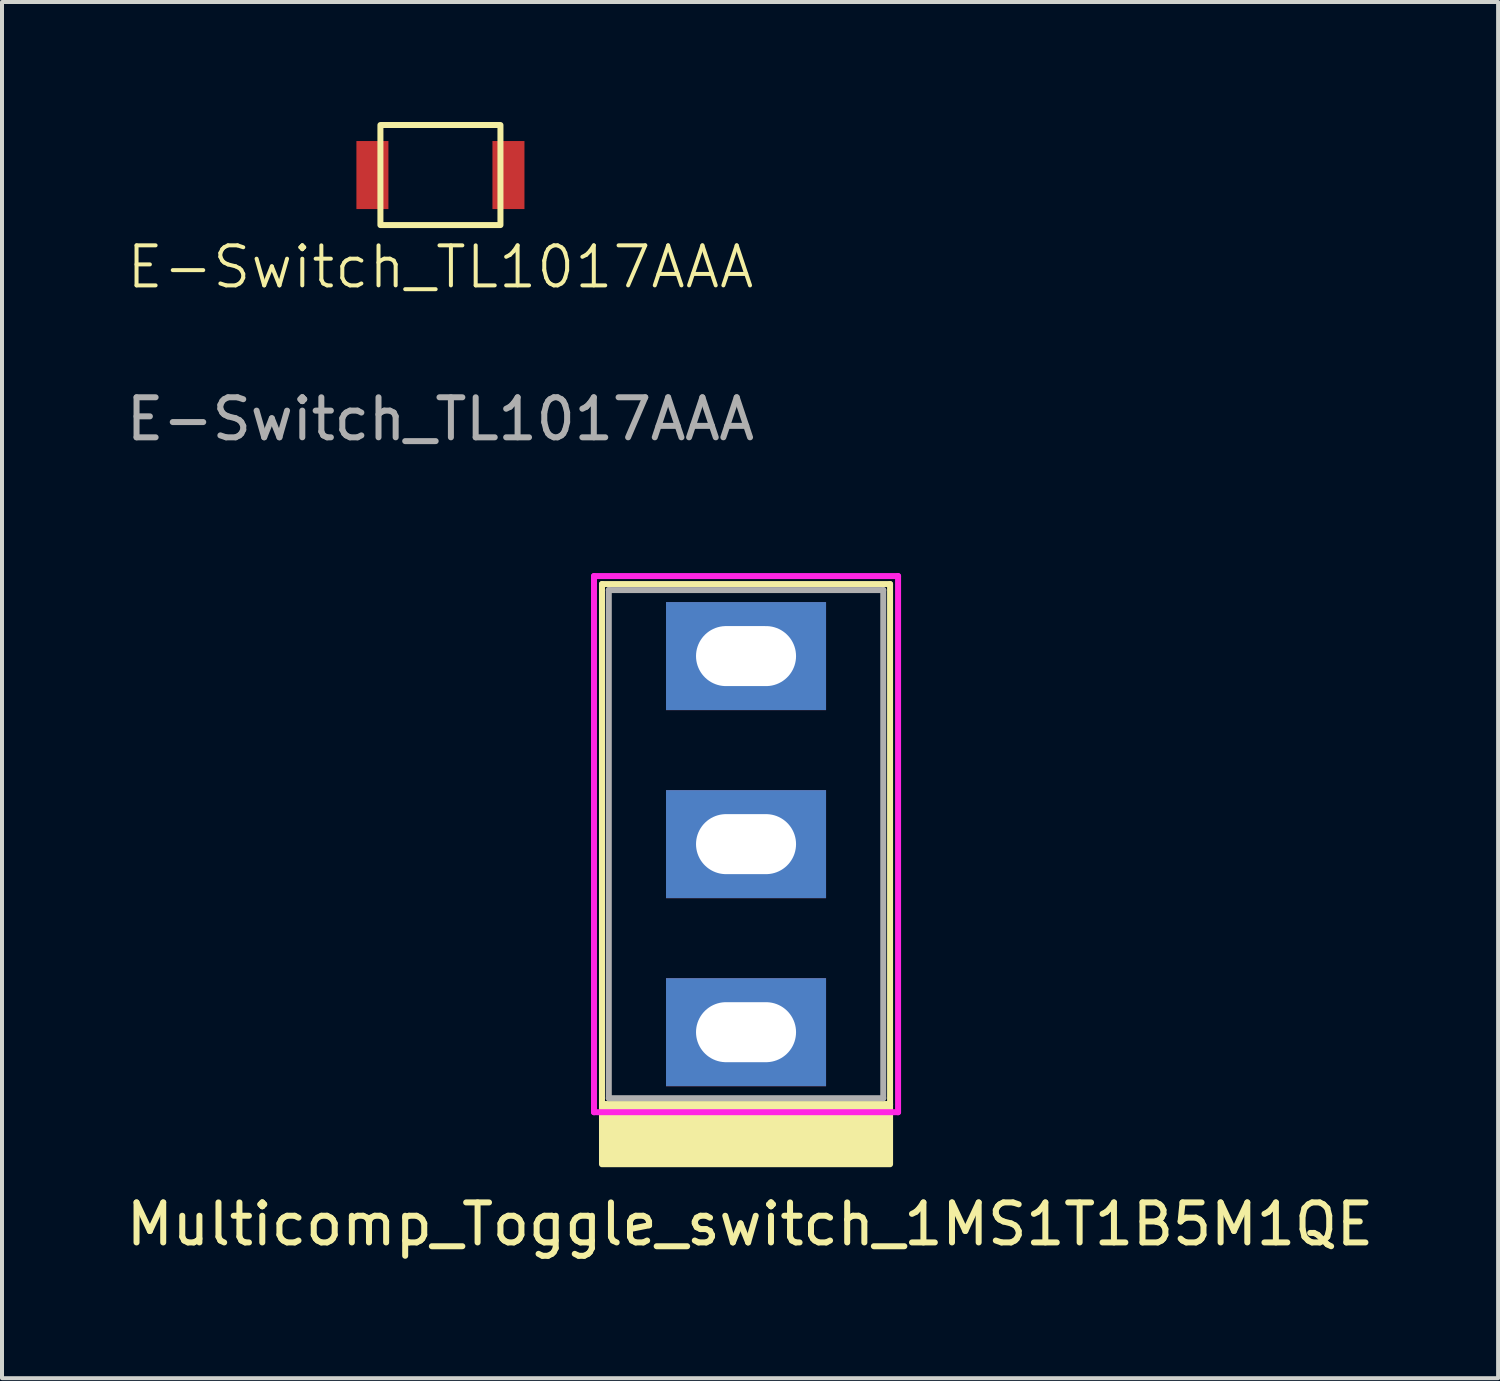
<source format=kicad_pcb>
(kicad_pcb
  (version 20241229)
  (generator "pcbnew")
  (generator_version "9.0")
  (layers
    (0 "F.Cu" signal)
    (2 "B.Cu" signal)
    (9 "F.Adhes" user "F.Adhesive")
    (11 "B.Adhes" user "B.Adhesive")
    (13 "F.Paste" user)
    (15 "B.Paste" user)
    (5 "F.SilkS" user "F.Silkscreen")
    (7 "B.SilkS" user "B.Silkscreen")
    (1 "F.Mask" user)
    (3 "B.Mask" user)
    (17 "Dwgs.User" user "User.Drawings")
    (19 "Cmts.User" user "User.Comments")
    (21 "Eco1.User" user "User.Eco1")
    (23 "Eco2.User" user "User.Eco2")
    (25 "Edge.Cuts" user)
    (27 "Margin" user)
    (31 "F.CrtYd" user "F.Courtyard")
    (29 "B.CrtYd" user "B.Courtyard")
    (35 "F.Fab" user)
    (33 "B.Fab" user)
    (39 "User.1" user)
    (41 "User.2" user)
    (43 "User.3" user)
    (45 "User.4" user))
  (footprint "E-Switch_TL1017AAA"
    (layer "F.Cu")
    (at 7.958 1.325)
    (property "Reference" "E-Switch_TL1017AAA" (at 0 2.3 0) (unlocked yes) (layer "F.SilkS") (effects (font (size 1 1) (thickness 0.1))))
    (attr smd)
    (fp_rect (start -1.5 -1.25) (end 1.5 1.25) (stroke (width 0.15) (type default)) (fill no) (layer "F.SilkS"))
    (fp_text user "${REFERENCE}" (at 0 6.1 0) (unlocked yes) (layer "F.Fab") (effects (font (size 1 1) (thickness 0.15))))
    (pad "1" smd rect (at -1.7 0) (size 0.8 1.7) (layers "F.Cu" "F.Mask" "F.Paste"))
    (pad "2" smd rect (at 1.7 0) (size 0.8 1.7) (layers "F.Cu" "F.Mask" "F.Paste")))
  (footprint "Multicomp_Toggle_switch_1MS1T1B5M1QE"
    (layer "F.Cu")
    (at 15.596 18.048)
    (property "Reference" "Multicomp_Toggle_switch_1MS1T1B5M1QE" (at 0.1 9.5 0) (layer "F.SilkS") (effects (font (size 1 1) (thickness 0.15))))
    (attr through_hole)
    (fp_line (start -3.6 -6.5) (end -3.6 6.5) (stroke (width 0.15) (type solid)) (layer "F.SilkS"))
    (fp_line (start -3.6 -6.5) (end 3.6 -6.5) (stroke (width 0.15) (type solid)) (layer "F.SilkS"))
    (fp_line (start -3.6 6.5) (end 3.6 6.5) (stroke (width 0.15) (type solid)) (layer "F.SilkS"))
    (fp_line (start 3.6 6.5) (end 3.6 -6.5) (stroke (width 0.15) (type solid)) (layer "F.SilkS"))
    (fp_poly (pts (xy -3.6 6.5) (xy 3.6 6.5) (xy 3.6 8) (xy -3.6 8)) (stroke (width 0.15) (type solid)) (fill yes) (layer "F.SilkS"))
    (fp_line (start -3.8 -6.7) (end -3.8 6.7) (stroke (width 0.15) (type solid)) (layer "F.CrtYd"))
    (fp_line (start -3.8 -6.7) (end 3.8 -6.7) (stroke (width 0.15) (type solid)) (layer "F.CrtYd"))
    (fp_line (start -3.8 6.7) (end 3.8 6.7) (stroke (width 0.15) (type solid)) (layer "F.CrtYd"))
    (fp_line (start 3.8 6.7) (end 3.8 -6.7) (stroke (width 0.15) (type solid)) (layer "F.CrtYd"))
    (fp_line (start -3.43 -6.35) (end -3.43 6.35) (stroke (width 0.15) (type solid)) (layer "F.Fab"))
    (fp_line (start -3.43 -6.35) (end 3.43 -6.35) (stroke (width 0.15) (type solid)) (layer "F.Fab"))
    (fp_line (start -3.43 6.35) (end 3.43 6.35) (stroke (width 0.15) (type solid)) (layer "F.Fab"))
    (fp_line (start 3.43 6.35) (end 3.43 -6.35) (stroke (width 0.15) (type solid)) (layer "F.Fab"))
    (pad "1" thru_hole rect (at 0 4.7) (size 4 2.7) (drill oval 2.5 1.5) (layers "*.Cu" "*.Mask"))
    (pad "2" thru_hole rect (at 0 0) (size 4 2.7) (drill oval 2.5 1.5) (layers "*.Cu" "*.Mask"))
    (pad "3" thru_hole rect (at 0 -4.7) (size 4 2.7) (drill oval 2.5 1.5) (layers "*.Cu" "*.Mask")))
  (gr_rect
    (start -3 -3)
    (end 34.393 31.396)
    (stroke (width 0.1) (type default))
    (fill no)
    (layer "Edge.Cuts")))
</source>
